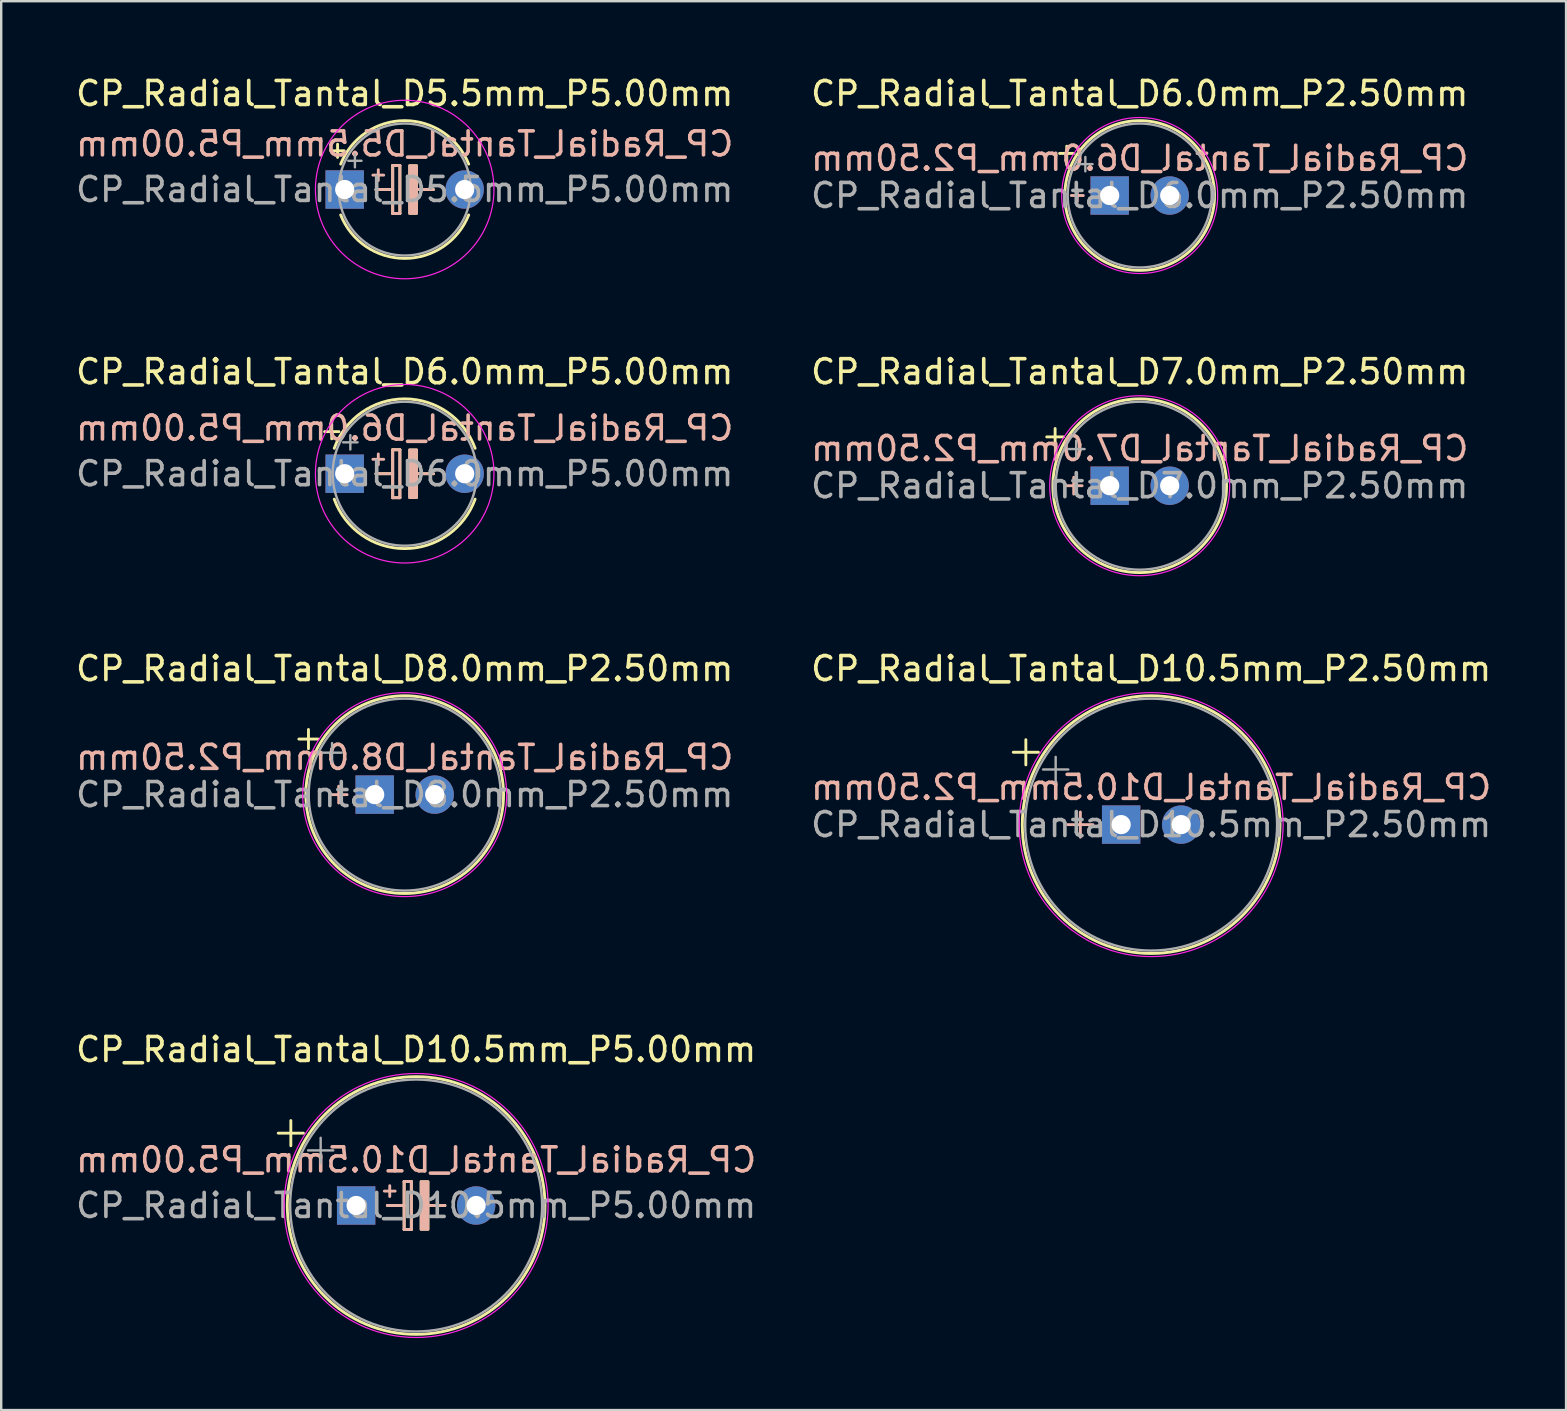
<source format=kicad_pcb>
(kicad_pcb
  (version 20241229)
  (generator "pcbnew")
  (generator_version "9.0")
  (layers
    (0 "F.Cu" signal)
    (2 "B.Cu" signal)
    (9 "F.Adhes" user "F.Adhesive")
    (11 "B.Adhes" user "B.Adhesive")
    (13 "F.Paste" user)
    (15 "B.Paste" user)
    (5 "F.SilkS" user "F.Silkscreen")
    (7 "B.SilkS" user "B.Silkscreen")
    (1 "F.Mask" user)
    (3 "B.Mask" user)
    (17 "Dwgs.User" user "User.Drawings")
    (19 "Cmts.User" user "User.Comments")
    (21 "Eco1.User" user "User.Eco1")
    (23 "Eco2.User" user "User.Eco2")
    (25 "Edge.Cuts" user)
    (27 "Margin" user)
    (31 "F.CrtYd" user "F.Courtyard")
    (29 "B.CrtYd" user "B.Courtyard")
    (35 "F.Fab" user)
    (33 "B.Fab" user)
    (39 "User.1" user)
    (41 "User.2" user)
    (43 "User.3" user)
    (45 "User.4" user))
  (footprint "CP_Radial_Tantal_D6.0mm_P5.00mm"
    (layer "F.Cu")
    (at 11.315 16.692)
    (property "Reference" "CP_Radial_Tantal_D6.0mm_P5.00mm" (at 2.5 -4.25 0) (layer "F.SilkS") (effects (font (size 1 1) (thickness 0.15))))
    (fp_line (start -0.84 -1.755) (end -0.24 -1.755) (stroke (width 0.12) (type solid)) (layer "F.SilkS"))
    (fp_line (start -0.54 -2.055) (end -0.54 -1.455) (stroke (width 0.12) (type solid)) (layer "F.SilkS"))
    (fp_line (start 1.3 0) (end 2 0) (stroke (width 0.12) (type solid)) (layer "F.SilkS"))
    (fp_line (start 2 -1) (end 2.3 -1) (stroke (width 0.12) (type solid)) (layer "F.SilkS"))
    (fp_line (start 2 1) (end 2 -1) (stroke (width 0.12) (type solid)) (layer "F.SilkS"))
    (fp_line (start 2.3 -1) (end 2.3 1) (stroke (width 0.12) (type solid)) (layer "F.SilkS"))
    (fp_line (start 2.3 1) (end 2 1) (stroke (width 0.12) (type solid)) (layer "F.SilkS"))
    (fp_line (start 3.7 0) (end 3 0) (stroke (width 0.12) (type solid)) (layer "F.SilkS"))
    (fp_arc (start -0.434416 -1.06) (mid 2.5 -3.12) (end 5.434416 -1.06) (stroke (width 0.12) (type solid)) (layer "F.SilkS"))
    (fp_arc (start 5.434416 1.06) (mid 2.5 3.12) (end -0.434416 1.06) (stroke (width 0.12) (type solid)) (layer "F.SilkS"))
    (fp_poly (pts (xy 3 1) (xy 2.7 1) (xy 2.7 -1) (xy 3 -1)) (stroke (width 0.1) (type solid)) (fill yes) (layer "F.SilkS"))
    (fp_line (start 1.3 0) (end 2 0) (stroke (width 0.12) (type solid)) (layer "B.SilkS"))
    (fp_line (start 1.4 -0.825) (end 1.4 -0.375) (stroke (width 0.12) (type solid)) (layer "B.SilkS"))
    (fp_line (start 1.625 -0.6) (end 1.175 -0.6) (stroke (width 0.12) (type solid)) (layer "B.SilkS"))
    (fp_line (start 2 -1) (end 2.3 -1) (stroke (width 0.12) (type solid)) (layer "B.SilkS"))
    (fp_line (start 2 1) (end 2 -1) (stroke (width 0.12) (type solid)) (layer "B.SilkS"))
    (fp_line (start 2.3 -1) (end 2.3 1) (stroke (width 0.12) (type solid)) (layer "B.SilkS"))
    (fp_line (start 2.3 1) (end 2 1) (stroke (width 0.12) (type solid)) (layer "B.SilkS"))
    (fp_line (start 3.7 0) (end 3 0) (stroke (width 0.12) (type solid)) (layer "B.SilkS"))
    (fp_poly (pts (xy 3 1) (xy 2.7 1) (xy 2.7 -1) (xy 3 -1)) (stroke (width 0.1) (type solid)) (fill yes) (layer "B.SilkS"))
    (fp_circle (center 2.5 0) (end 6.22 0) (stroke (width 0.05) (type solid)) (fill no) (layer "F.CrtYd"))
    (fp_line (start -0.065 -1.308) (end 0.535 -1.308) (stroke (width 0.1) (type solid)) (layer "F.Fab"))
    (fp_line (start 0.235 -1.607) (end 0.235 -1.008) (stroke (width 0.1) (type solid)) (layer "F.Fab"))
    (fp_circle (center 2.5 0) (end 5.5 0) (stroke (width 0.1) (type solid)) (fill no) (layer "F.Fab"))
    (fp_text user "${REFERENCE}" (at 2.5 -1.9 0) (layer "B.SilkS") (effects (font (size 1 1) (thickness 0.15)) (justify mirror)))
    (fp_text user "${REFERENCE}" (at 2.5 0 0) (layer "F.Fab") (effects (font (size 1 1) (thickness 0.15))))
    (pad "1" thru_hole rect (at 0 0) (size 1.6 1.6) (drill 0.8) (layers "*.Cu" "*.Mask"))
    (pad "2" thru_hole circle (at 5 0) (size 1.6 1.6) (drill 0.8) (layers "*.Cu" "*.Mask")))
  (footprint "CP_Radial_Tantal_D5.5mm_P5.00mm"
    (layer "F.Cu")
    (at 11.315 4.848)
    (property "Reference" "CP_Radial_Tantal_D5.5mm_P5.00mm" (at 2.5 -4 0) (layer "F.SilkS") (effects (font (size 1 1) (thickness 0.15))))
    (fp_line (start -0.572 -1.615) (end -0.022 -1.615) (stroke (width 0.12) (type solid)) (layer "F.SilkS"))
    (fp_line (start -0.297 -1.89) (end -0.297 -1.34) (stroke (width 0.12) (type solid)) (layer "F.SilkS"))
    (fp_line (start 1.3 0) (end 2 0) (stroke (width 0.12) (type solid)) (layer "F.SilkS"))
    (fp_line (start 2 -1) (end 2.3 -1) (stroke (width 0.12) (type solid)) (layer "F.SilkS"))
    (fp_line (start 2 1) (end 2 -1) (stroke (width 0.12) (type solid)) (layer "F.SilkS"))
    (fp_line (start 2.3 -1) (end 2.3 1) (stroke (width 0.12) (type solid)) (layer "F.SilkS"))
    (fp_line (start 2.3 1) (end 2 1) (stroke (width 0.12) (type solid)) (layer "F.SilkS"))
    (fp_line (start 3.7 0) (end 3 0) (stroke (width 0.12) (type solid)) (layer "F.SilkS"))
    (fp_arc (start -0.167077 -1.06) (mid 2.5 -2.87) (end 5.167077 -1.06) (stroke (width 0.12) (type solid)) (layer "F.SilkS"))
    (fp_arc (start 5.167077 1.06) (mid 2.5 2.87) (end -0.167077 1.06) (stroke (width 0.12) (type solid)) (layer "F.SilkS"))
    (fp_poly (pts (xy 3 1) (xy 2.7 1) (xy 2.7 -1) (xy 3 -1)) (stroke (width 0.1) (type solid)) (fill yes) (layer "F.SilkS"))
    (fp_line (start 1.3 0) (end 2 0) (stroke (width 0.12) (type solid)) (layer "B.SilkS"))
    (fp_line (start 1.4 -0.825) (end 1.4 -0.375) (stroke (width 0.12) (type solid)) (layer "B.SilkS"))
    (fp_line (start 1.625 -0.6) (end 1.175 -0.6) (stroke (width 0.12) (type solid)) (layer "B.SilkS"))
    (fp_line (start 2 -1) (end 2.3 -1) (stroke (width 0.12) (type solid)) (layer "B.SilkS"))
    (fp_line (start 2 1) (end 2 -1) (stroke (width 0.12) (type solid)) (layer "B.SilkS"))
    (fp_line (start 2.3 -1) (end 2.3 1) (stroke (width 0.12) (type solid)) (layer "B.SilkS"))
    (fp_line (start 2.3 1) (end 2 1) (stroke (width 0.12) (type solid)) (layer "B.SilkS"))
    (fp_line (start 3.7 0) (end 3 0) (stroke (width 0.12) (type solid)) (layer "B.SilkS"))
    (fp_poly (pts (xy 3 1) (xy 2.7 1) (xy 2.7 -1) (xy 3 -1)) (stroke (width 0.1) (type solid)) (fill yes) (layer "B.SilkS"))
    (fp_circle (center 2.5 0) (end 6.22 0) (stroke (width 0.05) (type solid)) (fill no) (layer "F.CrtYd"))
    (fp_line (start 0.151 -1.198) (end 0.701 -1.198) (stroke (width 0.1) (type solid)) (layer "F.Fab"))
    (fp_line (start 0.426 -1.472) (end 0.426 -0.922) (stroke (width 0.1) (type solid)) (layer "F.Fab"))
    (fp_circle (center 2.5 0) (end 5.25 0) (stroke (width 0.1) (type solid)) (fill no) (layer "F.Fab"))
    (fp_text user "${REFERENCE}" (at 2.5 -1.9 0) (layer "B.SilkS") (effects (font (size 1 1) (thickness 0.15)) (justify mirror)))
    (fp_text user "${REFERENCE}" (at 2.5 0 0) (layer "F.Fab") (effects (font (size 1 1) (thickness 0.15))))
    (pad "1" thru_hole rect (at 0 0) (size 1.6 1.6) (drill 0.8) (layers "*.Cu" "*.Mask"))
    (pad "2" thru_hole circle (at 5 0) (size 1.6 1.6) (drill 0.8) (layers "*.Cu" "*.Mask")))
  (footprint "CP_Radial_Tantal_D8.0mm_P2.50mm"
    (layer "F.Cu")
    (at 12.565 30.065)
    (property "Reference" "CP_Radial_Tantal_D8.0mm_P2.50mm" (at 1.25 -5.25 0) (layer "F.SilkS") (effects (font (size 1 1) (thickness 0.15))))
    (fp_line (start -3.16 -2.315) (end -2.36 -2.315) (stroke (width 0.12) (type solid)) (layer "F.SilkS"))
    (fp_line (start -2.76 -2.715) (end -2.76 -1.915) (stroke (width 0.12) (type solid)) (layer "F.SilkS"))
    (fp_circle (center 1.25 0) (end 5.37 0) (stroke (width 0.12) (type solid)) (fill no) (layer "F.SilkS"))
    (fp_line (start -1.5 -0.35) (end -1.5 0.35) (stroke (width 0.12) (type solid)) (layer "B.SilkS"))
    (fp_line (start -1.15 0) (end -1.85 0) (stroke (width 0.12) (type solid)) (layer "B.SilkS"))
    (fp_circle (center 1.25 0) (end 5.5 0) (stroke (width 0.05) (type solid)) (fill no) (layer "F.CrtYd"))
    (fp_line (start -2.177 -1.748) (end -1.377 -1.748) (stroke (width 0.1) (type solid)) (layer "F.Fab"))
    (fp_line (start -1.777 -2.147) (end -1.777 -1.347) (stroke (width 0.1) (type solid)) (layer "F.Fab"))
    (fp_circle (center 1.25 0) (end 5.25 0) (stroke (width 0.1) (type solid)) (fill no) (layer "F.Fab"))
    (fp_text user "${REFERENCE}" (at 1.25 -1.55 0) (layer "B.SilkS") (effects (font (size 1 1) (thickness 0.15)) (justify mirror)))
    (fp_text user "${REFERENCE}" (at 1.25 0 0) (layer "F.Fab") (effects (font (size 1 1) (thickness 0.15))))
    (pad "1" thru_hole rect (at 0 0) (size 1.6 1.6) (drill 0.8) (layers "*.Cu" "*.Mask"))
    (pad "2" thru_hole circle (at 2.5 0) (size 1.6 1.6) (drill 0.8) (layers "*.Cu" "*.Mask")))
  (footprint "CP_Radial_Tantal_D7.0mm_P2.50mm"
    (layer "F.Cu")
    (at 43.196 17.192)
    (property "Reference" "CP_Radial_Tantal_D7.0mm_P2.50mm" (at 1.25 -4.75 0) (layer "F.SilkS") (effects (font (size 1 1) (thickness 0.15))))
    (fp_line (start -2.625 -2.035) (end -1.925 -2.035) (stroke (width 0.12) (type solid)) (layer "F.SilkS"))
    (fp_line (start -2.275 -2.385) (end -2.275 -1.685) (stroke (width 0.12) (type solid)) (layer "F.SilkS"))
    (fp_circle (center 1.25 0) (end 4.87 0) (stroke (width 0.12) (type solid)) (fill no) (layer "F.SilkS"))
    (fp_line (start -1.5 -0.35) (end -1.5 0.35) (stroke (width 0.12) (type solid)) (layer "B.SilkS"))
    (fp_line (start -1.15 0) (end -1.85 0) (stroke (width 0.12) (type solid)) (layer "B.SilkS"))
    (fp_circle (center 1.25 0) (end 5 0) (stroke (width 0.05) (type solid)) (fill no) (layer "F.CrtYd"))
    (fp_line (start -1.746 -1.528) (end -1.046 -1.528) (stroke (width 0.1) (type solid)) (layer "F.Fab"))
    (fp_line (start -1.396 -1.877) (end -1.396 -1.177) (stroke (width 0.1) (type solid)) (layer "F.Fab"))
    (fp_circle (center 1.25 0) (end 4.75 0) (stroke (width 0.1) (type solid)) (fill no) (layer "F.Fab"))
    (fp_text user "${REFERENCE}" (at 1.25 -1.55 0) (layer "B.SilkS") (effects (font (size 1 1) (thickness 0.15)) (justify mirror)))
    (fp_text user "${REFERENCE}" (at 1.25 0 0) (layer "F.Fab") (effects (font (size 1 1) (thickness 0.15))))
    (pad "1" thru_hole rect (at 0 0) (size 1.6 1.6) (drill 0.8) (layers "*.Cu" "*.Mask"))
    (pad "2" thru_hole circle (at 2.5 0) (size 1.6 1.6) (drill 0.8) (layers "*.Cu" "*.Mask")))
  (footprint "CP_Radial_Tantal_D10.5mm_P5.00mm"
    (layer "F.Cu")
    (at 11.792 47.188)
    (property "Reference" "CP_Radial_Tantal_D10.5mm_P5.00mm" (at 2.5 -6.5 0) (layer "F.SilkS") (effects (font (size 1 1) (thickness 0.15))))
    (fp_line (start -3.247 -3.015) (end -2.197 -3.015) (stroke (width 0.12) (type solid)) (layer "F.SilkS"))
    (fp_line (start -2.722 -3.54) (end -2.722 -2.49) (stroke (width 0.12) (type solid)) (layer "F.SilkS"))
    (fp_line (start 1.3 0) (end 2 0) (stroke (width 0.12) (type solid)) (layer "F.SilkS"))
    (fp_line (start 2 -1) (end 2.3 -1) (stroke (width 0.12) (type solid)) (layer "F.SilkS"))
    (fp_line (start 2 1) (end 2 -1) (stroke (width 0.12) (type solid)) (layer "F.SilkS"))
    (fp_line (start 2.3 -1) (end 2.3 1) (stroke (width 0.12) (type solid)) (layer "F.SilkS"))
    (fp_line (start 2.3 1) (end 2 1) (stroke (width 0.12) (type solid)) (layer "F.SilkS"))
    (fp_line (start 3.7 0) (end 3 0) (stroke (width 0.12) (type solid)) (layer "F.SilkS"))
    (fp_circle (center 2.5 0) (end 7.87 0) (stroke (width 0.12) (type solid)) (fill no) (layer "F.SilkS"))
    (fp_poly (pts (xy 3 1) (xy 2.7 1) (xy 2.7 -1) (xy 3 -1)) (stroke (width 0.1) (type solid)) (fill yes) (layer "F.SilkS"))
    (fp_line (start 1.3 0) (end 2 0) (stroke (width 0.12) (type solid)) (layer "B.SilkS"))
    (fp_line (start 1.4 -0.825) (end 1.4 -0.375) (stroke (width 0.12) (type solid)) (layer "B.SilkS"))
    (fp_line (start 1.625 -0.6) (end 1.175 -0.6) (stroke (width 0.12) (type solid)) (layer "B.SilkS"))
    (fp_line (start 2 -1) (end 2.3 -1) (stroke (width 0.12) (type solid)) (layer "B.SilkS"))
    (fp_line (start 2 1) (end 2 -1) (stroke (width 0.12) (type solid)) (layer "B.SilkS"))
    (fp_line (start 2.3 -1) (end 2.3 1) (stroke (width 0.12) (type solid)) (layer "B.SilkS"))
    (fp_line (start 2.3 1) (end 2 1) (stroke (width 0.12) (type solid)) (layer "B.SilkS"))
    (fp_line (start 3.7 0) (end 3 0) (stroke (width 0.12) (type solid)) (layer "B.SilkS"))
    (fp_poly (pts (xy 3 1) (xy 2.7 1) (xy 2.7 -1) (xy 3 -1)) (stroke (width 0.1) (type solid)) (fill yes) (layer "B.SilkS"))
    (fp_circle (center 2.5 0) (end 8 0) (stroke (width 0.05) (type solid)) (fill no) (layer "F.CrtYd"))
    (fp_line (start -2.004 -2.297) (end -0.954 -2.297) (stroke (width 0.1) (type solid)) (layer "F.Fab"))
    (fp_line (start -1.479 -2.822) (end -1.479 -1.772) (stroke (width 0.1) (type solid)) (layer "F.Fab"))
    (fp_circle (center 2.5 0) (end 7.75 0) (stroke (width 0.1) (type solid)) (fill no) (layer "F.Fab"))
    (fp_text user "${REFERENCE}" (at 2.5 -1.9 0) (layer "B.SilkS") (effects (font (size 1 1) (thickness 0.15)) (justify mirror)))
    (fp_text user "${REFERENCE}" (at 2.5 0 0) (layer "F.Fab") (effects (font (size 1 1) (thickness 0.15))))
    (pad "1" thru_hole rect (at 0 0) (size 1.6 1.6) (drill 0.8) (layers "*.Cu" "*.Mask"))
    (pad "2" thru_hole circle (at 5 0) (size 1.6 1.6) (drill 0.8) (layers "*.Cu" "*.Mask")))
  (footprint "CP_Radial_Tantal_D6.0mm_P2.50mm"
    (layer "F.Cu")
    (at 43.196 5.098)
    (property "Reference" "CP_Radial_Tantal_D6.0mm_P2.50mm" (at 1.25 -4.25 0) (layer "F.SilkS") (effects (font (size 1 1) (thickness 0.15))))
    (fp_line (start -2.09 -1.755) (end -1.49 -1.755) (stroke (width 0.12) (type solid)) (layer "F.SilkS"))
    (fp_line (start -1.79 -2.055) (end -1.79 -1.455) (stroke (width 0.12) (type solid)) (layer "F.SilkS"))
    (fp_circle (center 1.25 0) (end 4.37 0) (stroke (width 0.12) (type solid)) (fill no) (layer "F.SilkS"))
    (fp_line (start -1.35 -0.25) (end -1.35 0.25) (stroke (width 0.12) (type solid)) (layer "B.SilkS"))
    (fp_line (start -1.1 0) (end -1.6 0) (stroke (width 0.12) (type solid)) (layer "B.SilkS"))
    (fp_circle (center 1.25 0) (end 4.5 0) (stroke (width 0.05) (type solid)) (fill no) (layer "F.CrtYd"))
    (fp_line (start -1.315 -1.308) (end -0.715 -1.308) (stroke (width 0.1) (type solid)) (layer "F.Fab"))
    (fp_line (start -1.015 -1.607) (end -1.015 -1.008) (stroke (width 0.1) (type solid)) (layer "F.Fab"))
    (fp_circle (center 1.25 0) (end 4.25 0) (stroke (width 0.1) (type solid)) (fill no) (layer "F.Fab"))
    (fp_text user "${REFERENCE}" (at 1.25 -1.55 0) (layer "B.SilkS") (effects (font (size 1 1) (thickness 0.15)) (justify mirror)))
    (fp_text user "${REFERENCE}" (at 1.25 0 0) (layer "F.Fab") (effects (font (size 1 1) (thickness 0.15))))
    (pad "1" thru_hole rect (at 0 0) (size 1.6 1.6) (drill 0.8) (layers "*.Cu" "*.Mask"))
    (pad "2" thru_hole circle (at 2.5 0) (size 1.6 1.6) (drill 0.8) (layers "*.Cu" "*.Mask")))
  (footprint "CP_Radial_Tantal_D10.5mm_P2.50mm"
    (layer "F.Cu")
    (at 43.673 31.315)
    (property "Reference" "CP_Radial_Tantal_D10.5mm_P2.50mm" (at 1.25 -6.5 0) (layer "F.SilkS") (effects (font (size 1 1) (thickness 0.15))))
    (fp_line (start -4.497 -3.015) (end -3.447 -3.015) (stroke (width 0.12) (type solid)) (layer "F.SilkS"))
    (fp_line (start -3.972 -3.54) (end -3.972 -2.49) (stroke (width 0.12) (type solid)) (layer "F.SilkS"))
    (fp_circle (center 1.25 0) (end 6.62 0) (stroke (width 0.12) (type solid)) (fill no) (layer "F.SilkS"))
    (fp_line (start -1.7 -0.525) (end -1.7 0.525) (stroke (width 0.12) (type solid)) (layer "B.SilkS"))
    (fp_line (start -1.175 0) (end -2.225 0) (stroke (width 0.12) (type solid)) (layer "B.SilkS"))
    (fp_circle (center 1.25 0) (end 6.75 0) (stroke (width 0.05) (type solid)) (fill no) (layer "F.CrtYd"))
    (fp_line (start -3.254 -2.297) (end -2.204 -2.297) (stroke (width 0.1) (type solid)) (layer "F.Fab"))
    (fp_line (start -2.729 -2.822) (end -2.729 -1.772) (stroke (width 0.1) (type solid)) (layer "F.Fab"))
    (fp_circle (center 1.25 0) (end 6.5 0) (stroke (width 0.1) (type solid)) (fill no) (layer "F.Fab"))
    (fp_text user "${REFERENCE}" (at 1.25 -1.55 0) (layer "B.SilkS") (effects (font (size 1 1) (thickness 0.15)) (justify mirror)))
    (fp_text user "${REFERENCE}" (at 1.25 0 0) (layer "F.Fab") (effects (font (size 1 1) (thickness 0.15))))
    (pad "1" thru_hole rect (at 0 0) (size 1.6 1.6) (drill 0.8) (layers "*.Cu" "*.Mask"))
    (pad "2" thru_hole circle (at 2.5 0) (size 1.6 1.6) (drill 0.8) (layers "*.Cu" "*.Mask")))
  (gr_rect
    (start -3 -3)
    (end 62.214 55.713)
    (stroke (width 0.1) (type default))
    (fill no)
    (layer "Edge.Cuts")))
</source>
